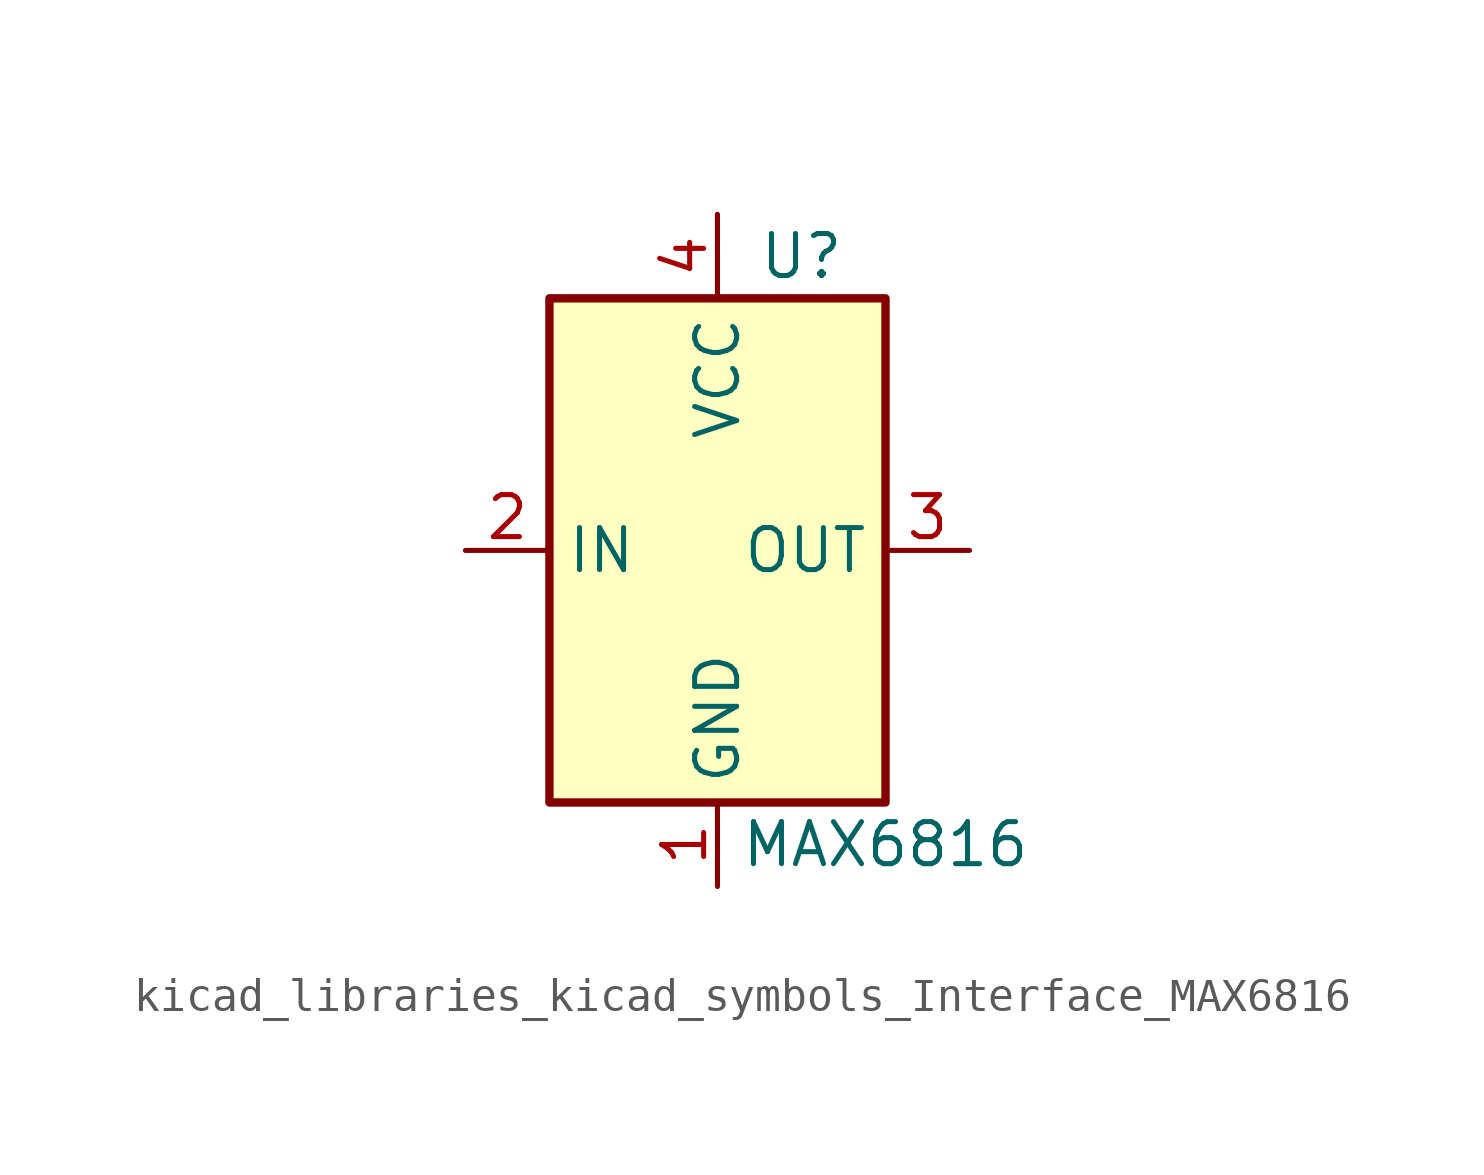
<source format=kicad_sym>
(kicad_symbol_lib
  (version 20220914)
  (generator kicad_symbol_editor)
  (symbol "kicad_libraries_kicad_symbols_Interface_MAX6816"
    (property "Reference" "U"
      (at 2.54 8.89 0)
      (effects (font (size 1.27 1.27))))
    (property "Value" "MAX6816"
      (at 5.08 -8.89 0)
      (effects (font (size 1.27 1.27))))
    (symbol "kicad_libraries_kicad_symbols_Interface_MAX6816_0_1"
      (rectangle (start -5.08 7.62) (end 5.08 -7.62) (stroke (width 0.254) (type default)) (fill (type background))))
    (symbol "kicad_libraries_kicad_symbols_Interface_MAX6816_1_1"
      (pin power_in line (at 0 -10.16 90) (length 2.54) (name "GND" (effects (font (size 1.27 1.27)))) (number "1" (effects (font (size 1.27 1.27)))))
      (pin input line (at -7.62 0 0) (length 2.54) (name "IN" (effects (font (size 1.27 1.27)))) (number "2" (effects (font (size 1.27 1.27)))))
      (pin output line (at 7.62 0 180) (length 2.54) (name "OUT" (effects (font (size 1.27 1.27)))) (number "3" (effects (font (size 1.27 1.27)))))
      (pin power_in line (at 0 10.16 270) (length 2.54) (name "VCC" (effects (font (size 1.27 1.27)))) (number "4" (effects (font (size 1.27 1.27))))))))
</source>
